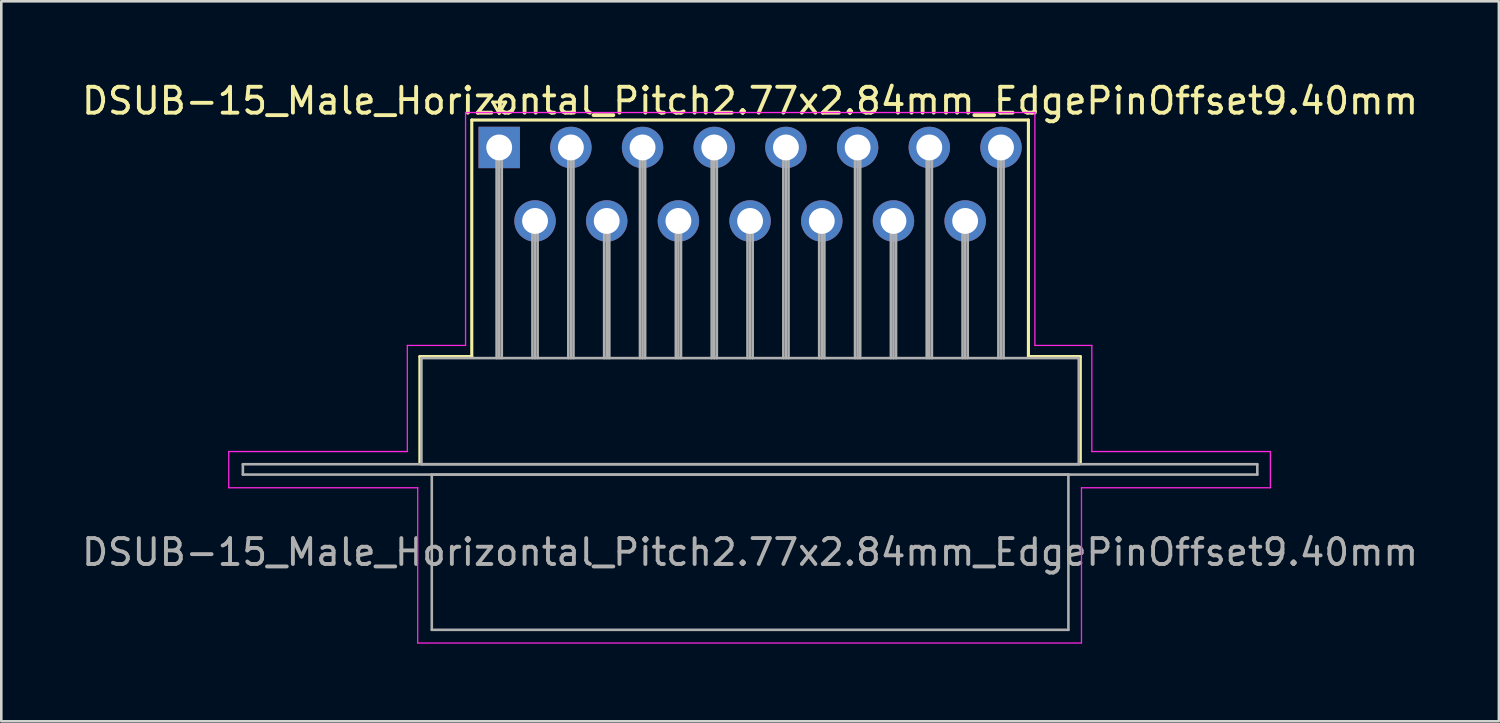
<source format=kicad_pcb>
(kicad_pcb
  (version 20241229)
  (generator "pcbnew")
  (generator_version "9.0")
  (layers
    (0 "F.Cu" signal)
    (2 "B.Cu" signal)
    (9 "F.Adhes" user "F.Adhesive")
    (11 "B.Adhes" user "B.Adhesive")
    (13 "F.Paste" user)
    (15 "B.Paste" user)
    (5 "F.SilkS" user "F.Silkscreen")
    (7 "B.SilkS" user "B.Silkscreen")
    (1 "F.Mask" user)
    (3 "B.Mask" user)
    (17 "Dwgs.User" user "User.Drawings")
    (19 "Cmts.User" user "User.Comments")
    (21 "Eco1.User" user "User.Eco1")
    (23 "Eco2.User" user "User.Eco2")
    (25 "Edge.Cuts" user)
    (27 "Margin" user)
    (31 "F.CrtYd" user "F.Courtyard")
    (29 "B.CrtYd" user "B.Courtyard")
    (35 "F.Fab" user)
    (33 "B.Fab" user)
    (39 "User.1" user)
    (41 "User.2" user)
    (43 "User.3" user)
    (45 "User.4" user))
  (footprint "DSUB-15_Male_Horizontal_Pitch2.77x2.84mm_EdgePinOffset9.40mm"
    (layer "F.Cu")
    (at 16.24 2.648)
    (property "Reference" "DSUB-15_Male_Horizontal_Pitch2.77x2.84mm_EdgePinOffset9.40mm" (at 9.695 -1.8 0) (layer "F.SilkS") (effects (font (size 1 1) (thickness 0.15))))
    (attr through_hole)
    (fp_line (start -3.065 8.08) (end -1.06 8.08) (stroke (width 0.12) (type solid)) (layer "F.SilkS"))
    (fp_line (start -3.065 12.18) (end -3.065 8.08) (stroke (width 0.12) (type solid)) (layer "F.SilkS"))
    (fp_line (start -1.06 -1.06) (end 20.45 -1.06) (stroke (width 0.12) (type solid)) (layer "F.SilkS"))
    (fp_line (start -1.06 8.08) (end -1.06 -1.06) (stroke (width 0.12) (type solid)) (layer "F.SilkS"))
    (fp_line (start -0.25 -1.754) (end 0.25 -1.754) (stroke (width 0.12) (type solid)) (layer "F.SilkS"))
    (fp_line (start 0 -1.321) (end -0.25 -1.754) (stroke (width 0.12) (type solid)) (layer "F.SilkS"))
    (fp_line (start 0.25 -1.754) (end 0 -1.321) (stroke (width 0.12) (type solid)) (layer "F.SilkS"))
    (fp_line (start 20.45 -1.06) (end 20.45 8.08) (stroke (width 0.12) (type solid)) (layer "F.SilkS"))
    (fp_line (start 20.45 8.08) (end 22.455 8.08) (stroke (width 0.12) (type solid)) (layer "F.SilkS"))
    (fp_line (start 22.455 8.08) (end 22.455 12.18) (stroke (width 0.12) (type solid)) (layer "F.SilkS"))
    (fp_line (start -10.45 11.75) (end -3.55 11.75) (stroke (width 0.05) (type solid)) (layer "F.CrtYd"))
    (fp_line (start -10.45 13.15) (end -10.45 11.75) (stroke (width 0.05) (type solid)) (layer "F.CrtYd"))
    (fp_line (start -3.55 7.65) (end -1.3 7.65) (stroke (width 0.05) (type solid)) (layer "F.CrtYd"))
    (fp_line (start -3.55 11.75) (end -3.55 7.65) (stroke (width 0.05) (type solid)) (layer "F.CrtYd"))
    (fp_line (start -3.15 13.15) (end -10.45 13.15) (stroke (width 0.05) (type solid)) (layer "F.CrtYd"))
    (fp_line (start -3.15 19.15) (end -3.15 13.15) (stroke (width 0.05) (type solid)) (layer "F.CrtYd"))
    (fp_line (start -1.3 -1.35) (end 20.7 -1.35) (stroke (width 0.05) (type solid)) (layer "F.CrtYd"))
    (fp_line (start -1.3 7.65) (end -1.3 -1.35) (stroke (width 0.05) (type solid)) (layer "F.CrtYd"))
    (fp_line (start 20.7 -1.35) (end 20.7 7.65) (stroke (width 0.05) (type solid)) (layer "F.CrtYd"))
    (fp_line (start 20.7 7.65) (end 22.9 7.65) (stroke (width 0.05) (type solid)) (layer "F.CrtYd"))
    (fp_line (start 22.5 13.15) (end 22.5 19.15) (stroke (width 0.05) (type solid)) (layer "F.CrtYd"))
    (fp_line (start 22.5 19.15) (end -3.15 19.15) (stroke (width 0.05) (type solid)) (layer "F.CrtYd"))
    (fp_line (start 22.9 7.65) (end 22.9 11.75) (stroke (width 0.05) (type solid)) (layer "F.CrtYd"))
    (fp_line (start 22.9 11.75) (end 29.8 11.75) (stroke (width 0.05) (type solid)) (layer "F.CrtYd"))
    (fp_line (start 29.8 11.75) (end 29.8 13.15) (stroke (width 0.05) (type solid)) (layer "F.CrtYd"))
    (fp_line (start 29.8 13.15) (end 22.5 13.15) (stroke (width 0.05) (type solid)) (layer "F.CrtYd"))
    (fp_line (start -9.905 12.24) (end -9.905 12.64) (stroke (width 0.1) (type solid)) (layer "F.Fab"))
    (fp_line (start -9.905 12.64) (end 29.295 12.64) (stroke (width 0.1) (type solid)) (layer "F.Fab"))
    (fp_line (start -3.005 8.14) (end -3.005 12.24) (stroke (width 0.1) (type solid)) (layer "F.Fab"))
    (fp_line (start -3.005 12.24) (end 22.395 12.24) (stroke (width 0.1) (type solid)) (layer "F.Fab"))
    (fp_line (start -2.605 12.64) (end -2.605 18.64) (stroke (width 0.1) (type solid)) (layer "F.Fab"))
    (fp_line (start -2.605 18.64) (end 21.995 18.64) (stroke (width 0.1) (type solid)) (layer "F.Fab"))
    (fp_line (start -0.1 0) (end -0.1 8.14) (stroke (width 0.1) (type solid)) (layer "F.Fab"))
    (fp_line (start 0 0) (end 0 8.14) (stroke (width 0.1) (type solid)) (layer "F.Fab"))
    (fp_line (start 0.1 0) (end 0.1 8.14) (stroke (width 0.1) (type solid)) (layer "F.Fab"))
    (fp_line (start 1.285 2.84) (end 1.285 8.14) (stroke (width 0.1) (type solid)) (layer "F.Fab"))
    (fp_line (start 1.385 2.84) (end 1.385 8.14) (stroke (width 0.1) (type solid)) (layer "F.Fab"))
    (fp_line (start 1.485 2.84) (end 1.485 8.14) (stroke (width 0.1) (type solid)) (layer "F.Fab"))
    (fp_line (start 2.67 0) (end 2.67 8.14) (stroke (width 0.1) (type solid)) (layer "F.Fab"))
    (fp_line (start 2.77 0) (end 2.77 8.14) (stroke (width 0.1) (type solid)) (layer "F.Fab"))
    (fp_line (start 2.87 0) (end 2.87 8.14) (stroke (width 0.1) (type solid)) (layer "F.Fab"))
    (fp_line (start 4.055 2.84) (end 4.055 8.14) (stroke (width 0.1) (type solid)) (layer "F.Fab"))
    (fp_line (start 4.155 2.84) (end 4.155 8.14) (stroke (width 0.1) (type solid)) (layer "F.Fab"))
    (fp_line (start 4.255 2.84) (end 4.255 8.14) (stroke (width 0.1) (type solid)) (layer "F.Fab"))
    (fp_line (start 5.44 0) (end 5.44 8.14) (stroke (width 0.1) (type solid)) (layer "F.Fab"))
    (fp_line (start 5.54 0) (end 5.54 8.14) (stroke (width 0.1) (type solid)) (layer "F.Fab"))
    (fp_line (start 5.64 0) (end 5.64 8.14) (stroke (width 0.1) (type solid)) (layer "F.Fab"))
    (fp_line (start 6.825 2.84) (end 6.825 8.14) (stroke (width 0.1) (type solid)) (layer "F.Fab"))
    (fp_line (start 6.925 2.84) (end 6.925 8.14) (stroke (width 0.1) (type solid)) (layer "F.Fab"))
    (fp_line (start 7.025 2.84) (end 7.025 8.14) (stroke (width 0.1) (type solid)) (layer "F.Fab"))
    (fp_line (start 8.21 0) (end 8.21 8.14) (stroke (width 0.1) (type solid)) (layer "F.Fab"))
    (fp_line (start 8.31 0) (end 8.31 8.14) (stroke (width 0.1) (type solid)) (layer "F.Fab"))
    (fp_line (start 8.41 0) (end 8.41 8.14) (stroke (width 0.1) (type solid)) (layer "F.Fab"))
    (fp_line (start 9.595 2.84) (end 9.595 8.14) (stroke (width 0.1) (type solid)) (layer "F.Fab"))
    (fp_line (start 9.695 2.84) (end 9.695 8.14) (stroke (width 0.1) (type solid)) (layer "F.Fab"))
    (fp_line (start 9.795 2.84) (end 9.795 8.14) (stroke (width 0.1) (type solid)) (layer "F.Fab"))
    (fp_line (start 10.98 0) (end 10.98 8.14) (stroke (width 0.1) (type solid)) (layer "F.Fab"))
    (fp_line (start 11.08 0) (end 11.08 8.14) (stroke (width 0.1) (type solid)) (layer "F.Fab"))
    (fp_line (start 11.18 0) (end 11.18 8.14) (stroke (width 0.1) (type solid)) (layer "F.Fab"))
    (fp_line (start 12.365 2.84) (end 12.365 8.14) (stroke (width 0.1) (type solid)) (layer "F.Fab"))
    (fp_line (start 12.465 2.84) (end 12.465 8.14) (stroke (width 0.1) (type solid)) (layer "F.Fab"))
    (fp_line (start 12.565 2.84) (end 12.565 8.14) (stroke (width 0.1) (type solid)) (layer "F.Fab"))
    (fp_line (start 13.75 0) (end 13.75 8.14) (stroke (width 0.1) (type solid)) (layer "F.Fab"))
    (fp_line (start 13.85 0) (end 13.85 8.14) (stroke (width 0.1) (type solid)) (layer "F.Fab"))
    (fp_line (start 13.95 0) (end 13.95 8.14) (stroke (width 0.1) (type solid)) (layer "F.Fab"))
    (fp_line (start 15.135 2.84) (end 15.135 8.14) (stroke (width 0.1) (type solid)) (layer "F.Fab"))
    (fp_line (start 15.235 2.84) (end 15.235 8.14) (stroke (width 0.1) (type solid)) (layer "F.Fab"))
    (fp_line (start 15.335 2.84) (end 15.335 8.14) (stroke (width 0.1) (type solid)) (layer "F.Fab"))
    (fp_line (start 16.52 0) (end 16.52 8.14) (stroke (width 0.1) (type solid)) (layer "F.Fab"))
    (fp_line (start 16.62 0) (end 16.62 8.14) (stroke (width 0.1) (type solid)) (layer "F.Fab"))
    (fp_line (start 16.72 0) (end 16.72 8.14) (stroke (width 0.1) (type solid)) (layer "F.Fab"))
    (fp_line (start 17.905 2.84) (end 17.905 8.14) (stroke (width 0.1) (type solid)) (layer "F.Fab"))
    (fp_line (start 18.005 2.84) (end 18.005 8.14) (stroke (width 0.1) (type solid)) (layer "F.Fab"))
    (fp_line (start 18.105 2.84) (end 18.105 8.14) (stroke (width 0.1) (type solid)) (layer "F.Fab"))
    (fp_line (start 19.29 0) (end 19.29 8.14) (stroke (width 0.1) (type solid)) (layer "F.Fab"))
    (fp_line (start 19.39 0) (end 19.39 8.14) (stroke (width 0.1) (type solid)) (layer "F.Fab"))
    (fp_line (start 19.49 0) (end 19.49 8.14) (stroke (width 0.1) (type solid)) (layer "F.Fab"))
    (fp_line (start 21.995 12.64) (end -2.605 12.64) (stroke (width 0.1) (type solid)) (layer "F.Fab"))
    (fp_line (start 21.995 18.64) (end 21.995 12.64) (stroke (width 0.1) (type solid)) (layer "F.Fab"))
    (fp_line (start 22.395 8.14) (end -3.005 8.14) (stroke (width 0.1) (type solid)) (layer "F.Fab"))
    (fp_line (start 22.395 12.24) (end 22.395 8.14) (stroke (width 0.1) (type solid)) (layer "F.Fab"))
    (fp_line (start 29.295 12.24) (end -9.905 12.24) (stroke (width 0.1) (type solid)) (layer "F.Fab"))
    (fp_line (start 29.295 12.64) (end 29.295 12.24) (stroke (width 0.1) (type solid)) (layer "F.Fab"))
    (fp_text user "${REFERENCE}" (at 9.695 15.64 0) (layer "F.Fab") (effects (font (size 1 1) (thickness 0.15))))
    (pad "1" thru_hole rect (at 0 0) (size 1.6 1.6) (drill 1) (layers "*.Cu" "*.Mask"))
    (pad "2" thru_hole circle (at 2.77 0) (size 1.6 1.6) (drill 1) (layers "*.Cu" "*.Mask"))
    (pad "3" thru_hole circle (at 5.54 0) (size 1.6 1.6) (drill 1) (layers "*.Cu" "*.Mask"))
    (pad "4" thru_hole circle (at 8.31 0) (size 1.6 1.6) (drill 1) (layers "*.Cu" "*.Mask"))
    (pad "5" thru_hole circle (at 11.08 0) (size 1.6 1.6) (drill 1) (layers "*.Cu" "*.Mask"))
    (pad "6" thru_hole circle (at 13.85 0) (size 1.6 1.6) (drill 1) (layers "*.Cu" "*.Mask"))
    (pad "7" thru_hole circle (at 16.62 0) (size 1.6 1.6) (drill 1) (layers "*.Cu" "*.Mask"))
    (pad "8" thru_hole circle (at 19.39 0) (size 1.6 1.6) (drill 1) (layers "*.Cu" "*.Mask"))
    (pad "9" thru_hole circle (at 1.385 2.84) (size 1.6 1.6) (drill 1) (layers "*.Cu" "*.Mask"))
    (pad "10" thru_hole circle (at 4.155 2.84) (size 1.6 1.6) (drill 1) (layers "*.Cu" "*.Mask"))
    (pad "11" thru_hole circle (at 6.925 2.84) (size 1.6 1.6) (drill 1) (layers "*.Cu" "*.Mask"))
    (pad "12" thru_hole circle (at 9.695 2.84) (size 1.6 1.6) (drill 1) (layers "*.Cu" "*.Mask"))
    (pad "13" thru_hole circle (at 12.465 2.84) (size 1.6 1.6) (drill 1) (layers "*.Cu" "*.Mask"))
    (pad "14" thru_hole circle (at 15.235 2.84) (size 1.6 1.6) (drill 1) (layers "*.Cu" "*.Mask"))
    (pad "15" thru_hole circle (at 18.005 2.84) (size 1.6 1.6) (drill 1) (layers "*.Cu" "*.Mask")))
  (gr_rect
    (start -3 -3)
    (end 54.869 24.823)
    (stroke (width 0.1) (type default))
    (fill no)
    (layer "Edge.Cuts")))
</source>
